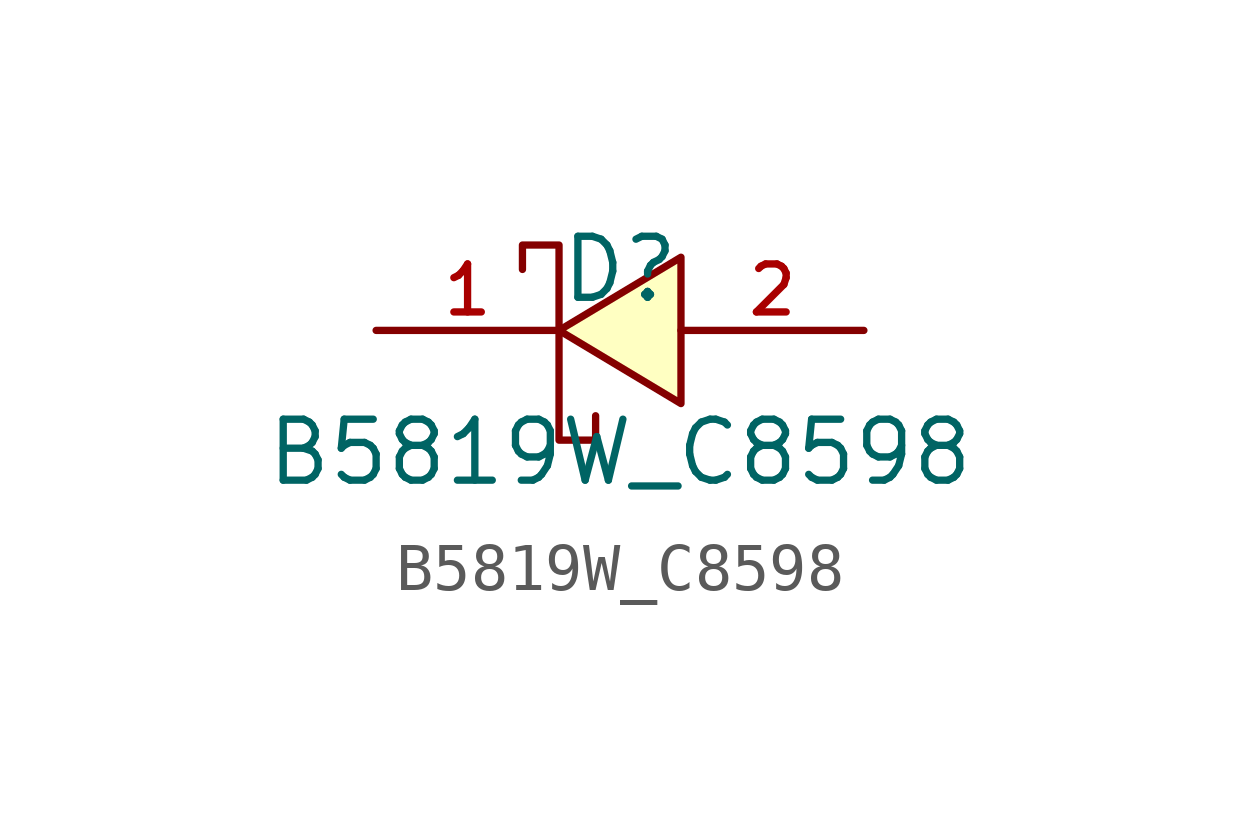
<source format=kicad_sym>
(kicad_symbol_lib
  (version 20220914)
  (generator kicad_symbol_editor)
  (symbol "B5819W_C8598"
    (pin_names hide)
    (property "Reference" "D"
      (at 0 1.27 0)
      (effects (font (size 1.27 1.27))))
    (property "Value" "B5819W_C8598"
      (at 0 -2.54 0)
      (effects (font (size 1.27 1.27))))
    (symbol "B5819W_C8598_0_1"
      (polyline (pts (xy 1.27 1.524) (xy -1.27 0) (xy 1.27 -1.524) (xy 1.27 1.524)) (stroke (width 0) (type default)) (fill (type background)))
      (polyline (pts (xy -0.508 -1.778) (xy -0.508 -2.286) (xy -1.27 -2.286) (xy -1.27 1.016) (xy -1.27 1.778) (xy -2.032 1.778) (xy -2.032 1.27)) (stroke (width 0) (type default)) (fill (type none)))
      (pin passive line (at -5.08 0 0) (length 3.81) (name "-" (effects (font (size 1 1)))) (number "1" (effects (font (size 1 1)))))
      (pin passive line (at 5.08 0 180) (length 3.81) (name "+" (effects (font (size 1 1)))) (number "2" (effects (font (size 1 1))))))))
</source>
